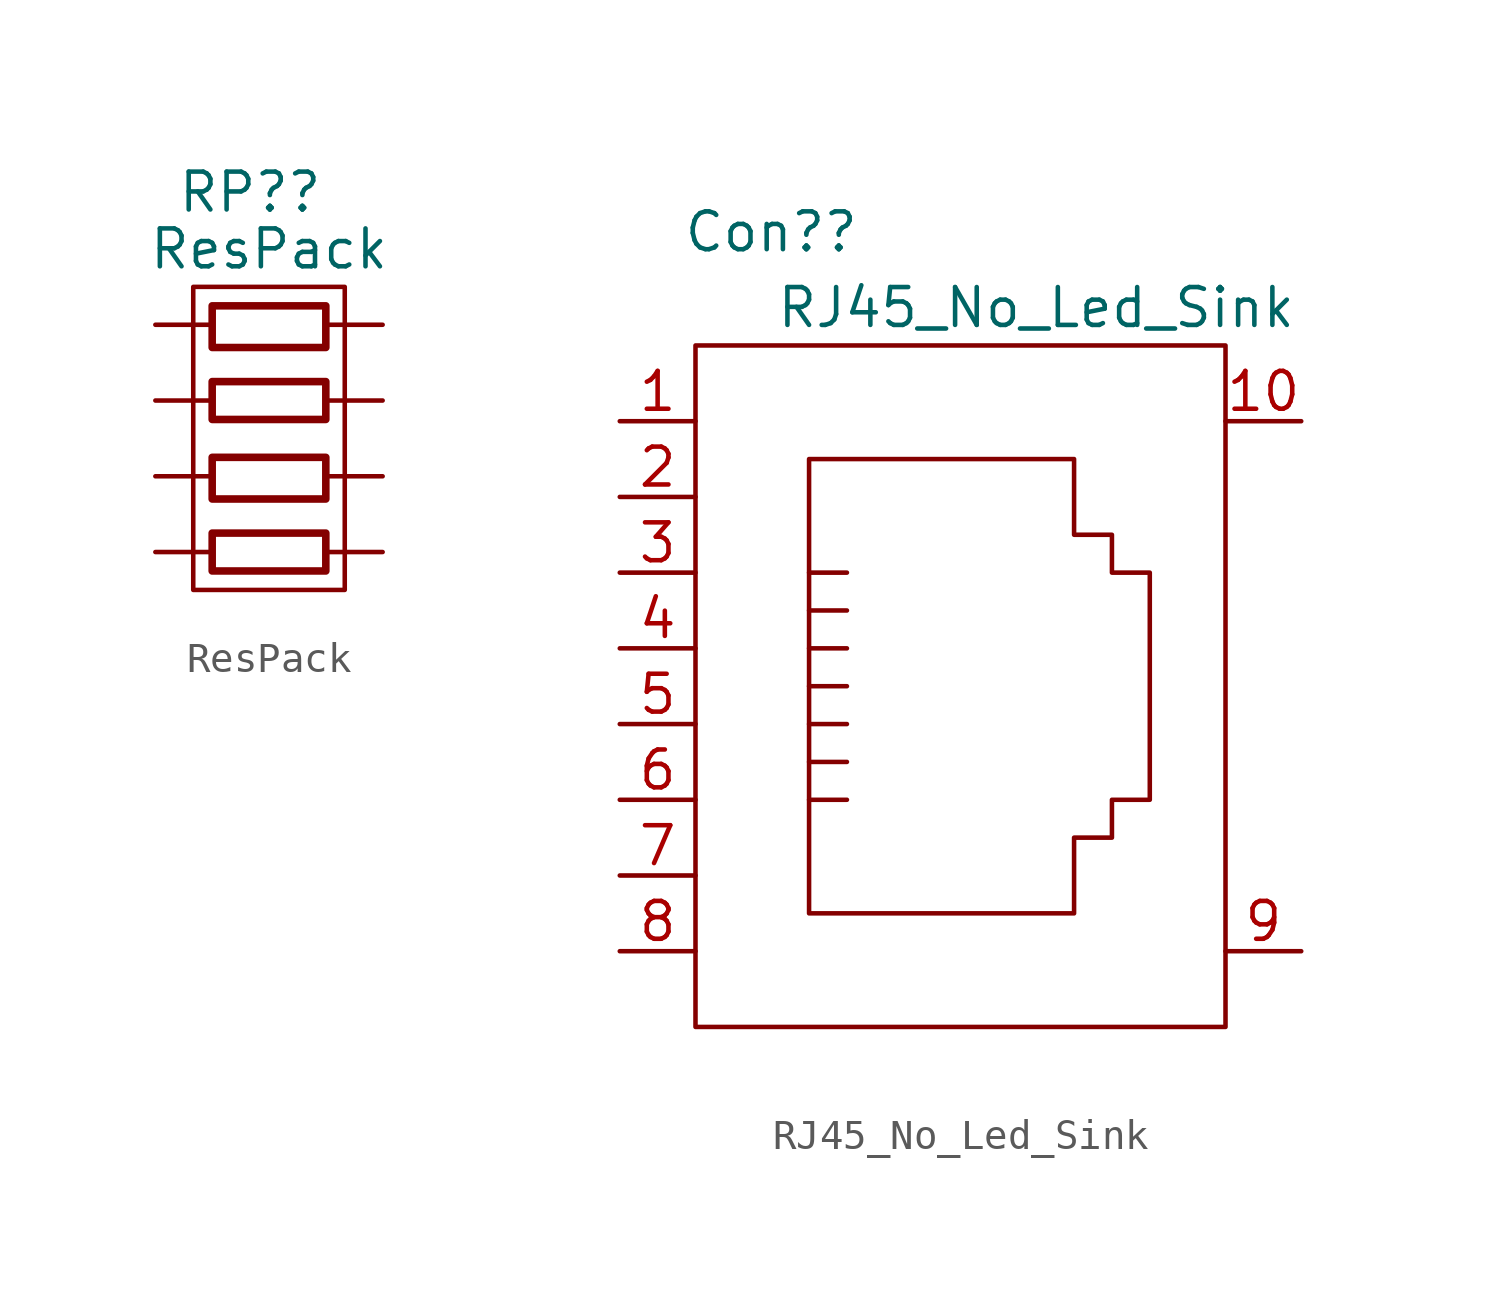
<source format=kicad_sym>
(kicad_symbol_lib
  (version 20211014)
  (generator kicad_symbol_editor)
  (symbol "ResPack"
    (pin_numbers hide)
    (pin_names hide)
    (property "Reference" "RP?"
      (at -0.635 -0.635 0)
      (effects (font (size 1.27 1.27))))
    (property "Value" "ResPack"
      (at 0 -2.54 0)
      (effects (font (size 1.27 1.27))))
    (symbol "ResPack_0_1"
      (rectangle (start -2.54 -3.81) (end 2.54 -13.97) (stroke (width 0) (type default) (color 0 0 0 0)) (fill (type none)))
      (rectangle (start -1.905 -12.065) (end 1.905 -13.335) (stroke (width 0.254) (type default) (color 0 0 0 0)) (fill (type none)))
      (rectangle (start -1.905 -9.525) (end 1.905 -10.922) (stroke (width 0.254) (type default) (color 0 0 0 0)) (fill (type none)))
      (rectangle (start -1.905 -6.985) (end 1.905 -8.255) (stroke (width 0.254) (type default) (color 0 0 0 0)) (fill (type none)))
      (rectangle (start -1.905 -4.445) (end 1.905 -5.842) (stroke (width 0.254) (type default) (color 0 0 0 0)) (fill (type none))))
    (symbol "ResPack_1_1"
      (pin passive line (at -3.81 -5.08 0) (length 1.91) (name "~" (effects (font (size 1.27 1.27)))) (number "1" (effects (font (size 1.27 1.27)))))
      (pin passive line (at -3.81 -7.62 0) (length 1.91) (name "~" (effects (font (size 1.27 1.27)))) (number "2" (effects (font (size 1.27 1.27)))))
      (pin passive line (at -3.81 -10.16 0) (length 1.91) (name "~" (effects (font (size 1.27 1.27)))) (number "3" (effects (font (size 1.27 1.27)))))
      (pin passive line (at -3.81 -12.7 0) (length 1.91) (name "~" (effects (font (size 1.27 1.27)))) (number "4" (effects (font (size 1.27 1.27)))))
      (pin passive line (at 3.81 -12.7 180) (length 1.91) (name "~" (effects (font (size 1.27 1.27)))) (number "5" (effects (font (size 1.27 1.27)))))
      (pin passive line (at 3.81 -10.16 180) (length 1.91) (name "~" (effects (font (size 1.27 1.27)))) (number "6" (effects (font (size 1.27 1.27)))))
      (pin passive line (at 3.81 -7.62 180) (length 1.91) (name "~" (effects (font (size 1.27 1.27)))) (number "7" (effects (font (size 1.27 1.27)))))
      (pin passive line (at 3.81 -5.08 180) (length 1.91) (name "~" (effects (font (size 1.27 1.27)))) (number "8" (effects (font (size 1.27 1.27)))))))
  (symbol "RJ45_No_Led_Sink"
    (pin_names hide)
    (property "Reference" "Con?"
      (at -10.16 0 0)
      (effects (font (size 1.27 1.27))))
    (property "Value" "RJ45_No_Led_Sink"
      (at -1.27 -2.54 0)
      (effects (font (size 1.27 1.27))))
    (symbol "RJ45_No_Led_Sink_0_1"
      (rectangle (start -12.7 -3.81) (end 5.08 -26.67) (stroke (width 0) (type default) (color 0 0 0 0)) (fill (type none)))
      (polyline (pts (xy -7.62 -19.05) (xy -8.89 -19.05)) (stroke (width 0) (type default) (color 0 0 0 0)) (fill (type none)))
      (polyline (pts (xy -7.62 -17.78) (xy -8.89 -17.78)) (stroke (width 0) (type default) (color 0 0 0 0)) (fill (type none)))
      (polyline (pts (xy -7.62 -16.51) (xy -8.89 -16.51)) (stroke (width 0) (type default) (color 0 0 0 0)) (fill (type none)))
      (polyline (pts (xy -7.62 -15.24) (xy -8.89 -15.24)) (stroke (width 0) (type default) (color 0 0 0 0)) (fill (type none)))
      (polyline (pts (xy -7.62 -13.97) (xy -8.89 -13.97)) (stroke (width 0) (type default) (color 0 0 0 0)) (fill (type none)))
      (polyline (pts (xy -7.62 -12.7) (xy -8.89 -12.7)) (stroke (width 0) (type default) (color 0 0 0 0)) (fill (type none)))
      (polyline (pts (xy -7.62 -11.43) (xy -8.89 -11.43)) (stroke (width 0) (type default) (color 0 0 0 0)) (fill (type none)))
      (polyline (pts (xy -8.89 -7.62) (xy -8.89 -22.86) (xy 0 -22.86) (xy 0 -20.32) (xy 1.27 -20.32) (xy 1.27 -19.05) (xy 2.54 -19.05) (xy 2.54 -11.43) (xy 1.27 -11.43) (xy 1.27 -10.16) (xy 0 -10.16) (xy 0 -7.62) (xy -8.89 -7.62)) (stroke (width 0) (type default) (color 0 0 0 0)) (fill (type none))))
    (symbol "RJ45_No_Led_Sink_1_1"
      (pin passive line (at -15.24 -6.35 0) (length 2.54) (name "1" (effects (font (size 1.27 1.27)))) (number "1" (effects (font (size 1.27 1.27)))))
      (pin passive line (at 7.62 -6.35 180) (length 2.54) (name "SHD" (effects (font (size 1.27 1.27)))) (number "10" (effects (font (size 1.27 1.27)))))
      (pin passive line (at -15.24 -8.89 0) (length 2.54) (name "2" (effects (font (size 1.27 1.27)))) (number "2" (effects (font (size 1.27 1.27)))))
      (pin passive line (at -15.24 -11.43 0) (length 2.54) (name "3" (effects (font (size 1.27 1.27)))) (number "3" (effects (font (size 1.27 1.27)))))
      (pin passive line (at -15.24 -13.97 0) (length 2.54) (name "4" (effects (font (size 1.27 1.27)))) (number "4" (effects (font (size 1.27 1.27)))))
      (pin passive line (at -15.24 -16.51 0) (length 2.54) (name "5" (effects (font (size 1.27 1.27)))) (number "5" (effects (font (size 1.27 1.27)))))
      (pin passive line (at -15.24 -19.05 0) (length 2.54) (name "6" (effects (font (size 1.27 1.27)))) (number "6" (effects (font (size 1.27 1.27)))))
      (pin passive line (at -15.24 -21.59 0) (length 2.54) (name "7" (effects (font (size 1.27 1.27)))) (number "7" (effects (font (size 1.27 1.27)))))
      (pin passive line (at -15.24 -24.13 0) (length 2.54) (name "8" (effects (font (size 1.27 1.27)))) (number "8" (effects (font (size 1.27 1.27)))))
      (pin passive line (at 7.62 -24.13 180) (length 2.54) (name "SHD" (effects (font (size 1.27 1.27)))) (number "9" (effects (font (size 1.27 1.27))))))))
</source>
